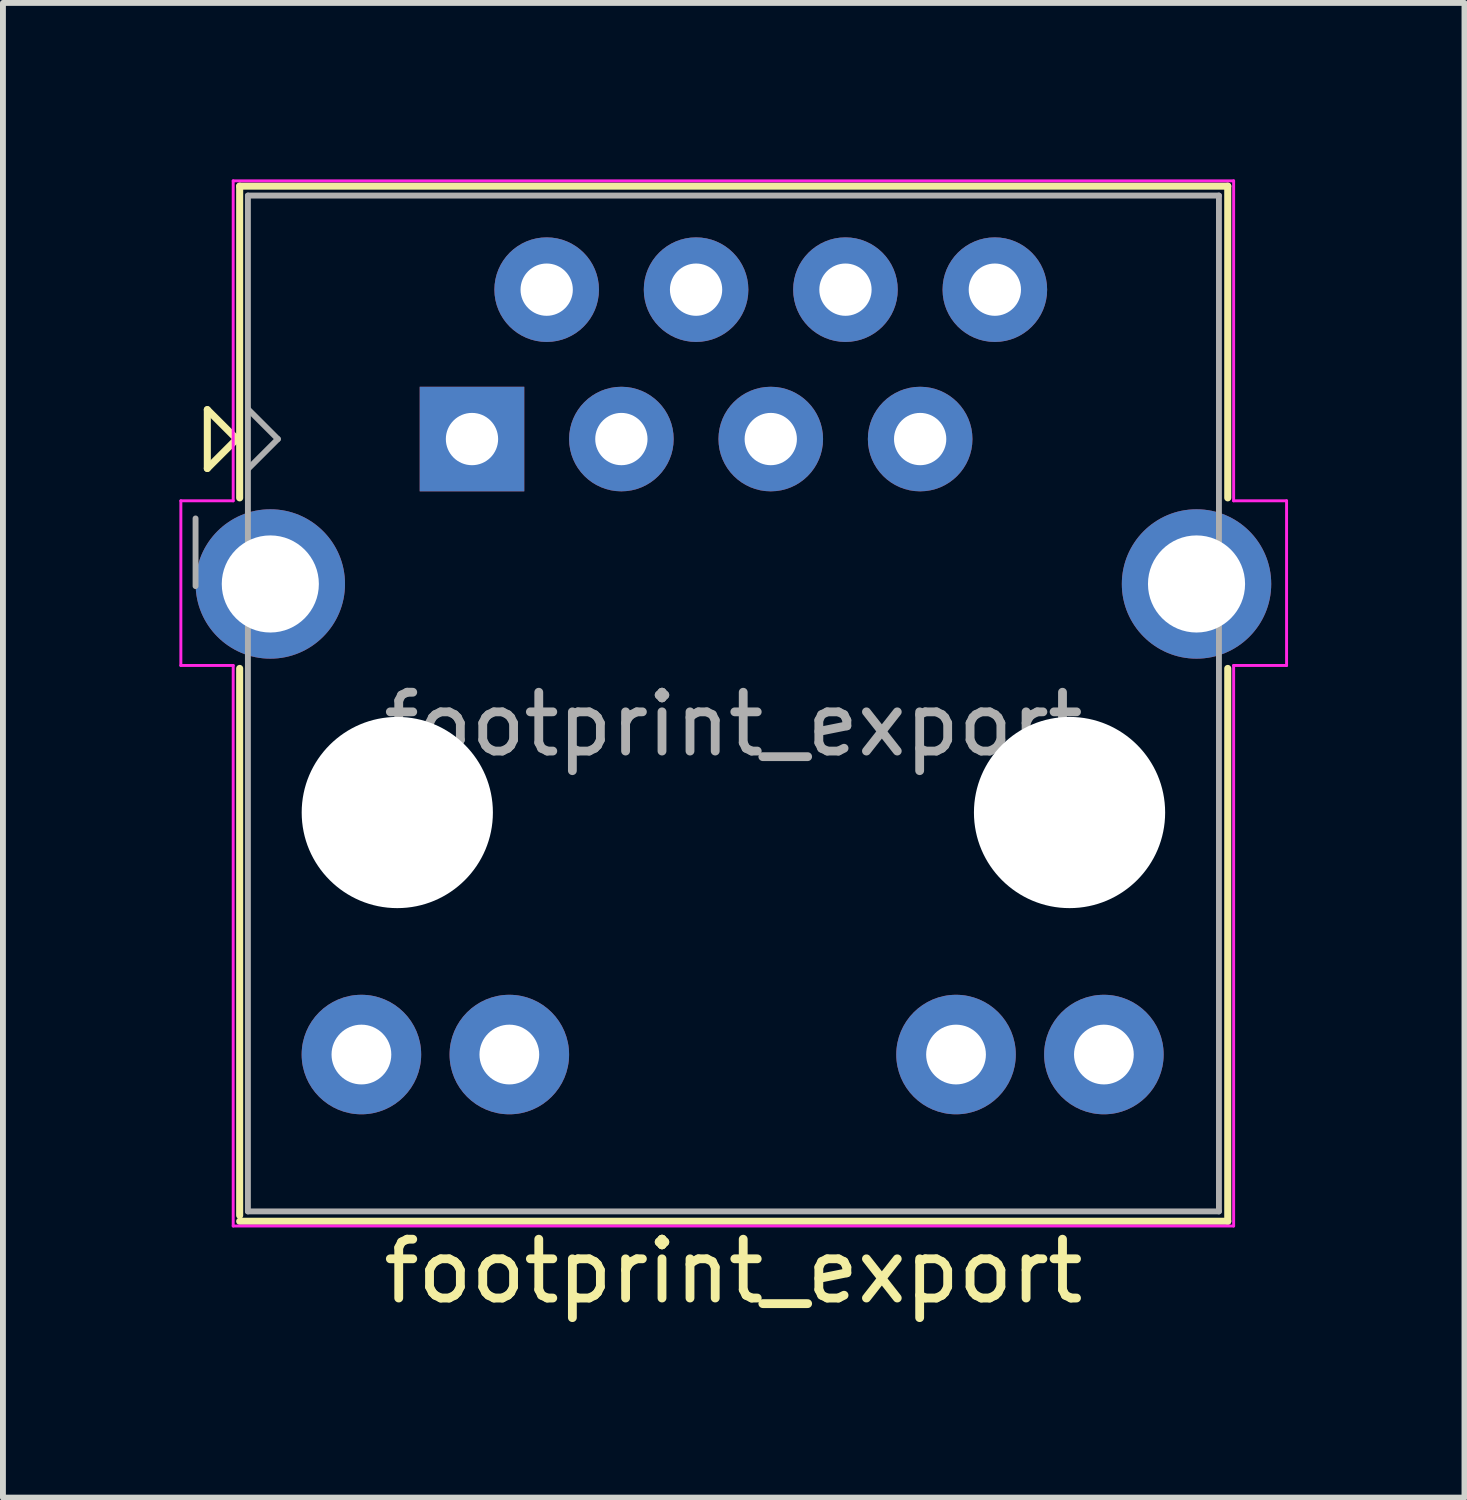
<source format=kicad_pcb>
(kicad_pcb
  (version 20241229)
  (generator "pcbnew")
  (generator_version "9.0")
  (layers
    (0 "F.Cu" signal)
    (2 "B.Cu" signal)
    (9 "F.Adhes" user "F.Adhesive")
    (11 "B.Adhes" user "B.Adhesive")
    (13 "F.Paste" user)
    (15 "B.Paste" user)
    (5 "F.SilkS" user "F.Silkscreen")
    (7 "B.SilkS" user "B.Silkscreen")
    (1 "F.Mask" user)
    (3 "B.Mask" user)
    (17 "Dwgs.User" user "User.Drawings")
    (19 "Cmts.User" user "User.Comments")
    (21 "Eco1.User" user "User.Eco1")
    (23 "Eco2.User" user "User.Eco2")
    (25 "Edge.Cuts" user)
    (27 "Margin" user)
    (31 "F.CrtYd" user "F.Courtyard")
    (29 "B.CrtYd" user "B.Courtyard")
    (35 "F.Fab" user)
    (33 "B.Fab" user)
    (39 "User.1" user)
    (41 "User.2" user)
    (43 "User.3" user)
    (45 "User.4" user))
  (footprint "footprint_export"
    (layer "F.Cu")
    (at 4.975 4.415)
    (property "Reference" "footprint_export" (at 4.445 14.15 0) (layer "F.SilkS") (effects (font (size 1 1) (thickness 0.15))))
    (attr through_hole)
    (fp_line (start -4.5 -0.5) (end -4.5 0.5) (stroke (width 0.12) (type solid)) (layer "F.SilkS"))
    (fp_line (start -4.5 0.5) (end -4 0) (stroke (width 0.12) (type solid)) (layer "F.SilkS"))
    (fp_line (start -4 0) (end -4.5 -0.5) (stroke (width 0.12) (type solid)) (layer "F.SilkS"))
    (fp_line (start -3.95 -4.3) (end -3.95 1) (stroke (width 0.12) (type solid)) (layer "F.SilkS"))
    (fp_line (start -3.95 -4.3) (end 12.85 -4.3) (stroke (width 0.12) (type solid)) (layer "F.SilkS"))
    (fp_line (start -3.95 13.2) (end -3.95 3.9) (stroke (width 0.12) (type solid)) (layer "F.SilkS"))
    (fp_line (start -3.95 13.3) (end 12.85 13.3) (stroke (width 0.12) (type solid)) (layer "F.SilkS"))
    (fp_line (start 12.85 -4.3) (end 12.85 1) (stroke (width 0.12) (type solid)) (layer "F.SilkS"))
    (fp_line (start 12.85 13.3) (end 12.85 3.9) (stroke (width 0.12) (type solid)) (layer "F.SilkS"))
    (fp_line (start -4.95 3.85) (end -4.95 1.05) (stroke (width 0.05) (type solid)) (layer "F.CrtYd"))
    (fp_line (start -4.06 -4.39) (end 12.95 -4.39) (stroke (width 0.05) (type solid)) (layer "F.CrtYd"))
    (fp_line (start -4.06 1.05) (end -4.95 1.05) (stroke (width 0.05) (type solid)) (layer "F.CrtYd"))
    (fp_line (start -4.06 1.05) (end -4.06 -4.39) (stroke (width 0.05) (type solid)) (layer "F.CrtYd"))
    (fp_line (start -4.06 3.85) (end -4.95 3.85) (stroke (width 0.05) (type solid)) (layer "F.CrtYd"))
    (fp_line (start -4.06 13.38) (end -4.06 3.85) (stroke (width 0.05) (type solid)) (layer "F.CrtYd"))
    (fp_line (start 12.95 1.05) (end 12.95 -4.39) (stroke (width 0.05) (type solid)) (layer "F.CrtYd"))
    (fp_line (start 12.95 1.05) (end 13.85 1.05) (stroke (width 0.05) (type solid)) (layer "F.CrtYd"))
    (fp_line (start 12.95 3.85) (end 12.95 13.38) (stroke (width 0.05) (type solid)) (layer "F.CrtYd"))
    (fp_line (start 12.95 3.85) (end 13.85 3.85) (stroke (width 0.05) (type solid)) (layer "F.CrtYd"))
    (fp_line (start 12.95 13.38) (end -4.06 13.38) (stroke (width 0.05) (type solid)) (layer "F.CrtYd"))
    (fp_line (start 13.85 3.85) (end 13.85 1.05) (stroke (width 0.05) (type solid)) (layer "F.CrtYd"))
    (fp_line (start -4.7 2.5) (end -4.7 1.35) (stroke (width 0.1) (type solid)) (layer "F.Fab"))
    (fp_line (start -3.81 -4.14) (end -3.81 13.132) (stroke (width 0.1) (type solid)) (layer "F.Fab"))
    (fp_line (start -3.81 -4.14) (end 12.7 -4.14) (stroke (width 0.1) (type solid)) (layer "F.Fab"))
    (fp_line (start -3.81 13.132) (end 12.7 13.132) (stroke (width 0.1) (type solid)) (layer "F.Fab"))
    (fp_line (start -3.8 -0.5) (end -3.3 0) (stroke (width 0.1) (type solid)) (layer "F.Fab"))
    (fp_line (start -3.8 0.5) (end -3.3 0) (stroke (width 0.1) (type solid)) (layer "F.Fab"))
    (fp_line (start 12.7 -4.14) (end 12.7 13.132) (stroke (width 0.1) (type solid)) (layer "F.Fab"))
    (fp_text user "${REFERENCE}" (at 4.445 4.85 0) (layer "F.Fab") (effects (font (size 1 1) (thickness 0.15))))
    (pad "" np_thru_hole circle (at -1.27 6.35) (size 3.251 3.251) (drill 3.251) (layers "*.Cu" "*.Mask"))
    (pad "" np_thru_hole circle (at 10.16 6.35) (size 3.251 3.251) (drill 3.251) (layers "*.Cu" "*.Mask"))
    (pad "1" thru_hole rect (at 0 0) (size 1.778 1.778) (drill 0.889) (layers "*.Cu" "*.Mask"))
    (pad "2" thru_hole circle (at 1.27 -2.54) (size 1.778 1.778) (drill 0.889) (layers "*.Cu" "*.Mask"))
    (pad "3" thru_hole circle (at 2.54 0) (size 1.778 1.778) (drill 0.889) (layers "*.Cu" "*.Mask"))
    (pad "4" thru_hole circle (at 3.81 -2.54) (size 1.778 1.778) (drill 0.889) (layers "*.Cu" "*.Mask"))
    (pad "5" thru_hole circle (at 5.08 0) (size 1.778 1.778) (drill 0.889) (layers "*.Cu" "*.Mask"))
    (pad "6" thru_hole circle (at 6.35 -2.54) (size 1.778 1.778) (drill 0.889) (layers "*.Cu" "*.Mask"))
    (pad "7" thru_hole circle (at 7.62 0) (size 1.778 1.778) (drill 0.889) (layers "*.Cu" "*.Mask"))
    (pad "8" thru_hole circle (at 8.89 -2.54) (size 1.778 1.778) (drill 0.889) (layers "*.Cu" "*.Mask"))
    (pad "9" thru_hole circle (at 10.744 10.465) (size 2.032 2.032) (drill 1.016) (layers "*.Cu" "*.Mask"))
    (pad "10" thru_hole circle (at 8.23 10.465) (size 2.032 2.032) (drill 1.016) (layers "*.Cu" "*.Mask"))
    (pad "11" thru_hole circle (at 0.635 10.465) (size 2.032 2.032) (drill 1.016) (layers "*.Cu" "*.Mask"))
    (pad "12" thru_hole circle (at -1.88 10.465) (size 2.032 2.032) (drill 1.016) (layers "*.Cu" "*.Mask"))
    (pad "SH" thru_hole circle (at -3.429 2.464) (size 2.54 2.54) (drill 1.651) (layers "*.Cu" "*.Mask"))
    (pad "SH" thru_hole circle (at 12.319 2.464) (size 2.54 2.54) (drill 1.651) (layers "*.Cu" "*.Mask")))
  (gr_rect
    (start -3 -3)
    (end 21.85 22.413)
    (stroke (width 0.1) (type default))
    (fill no)
    (layer "Edge.Cuts")))
</source>
